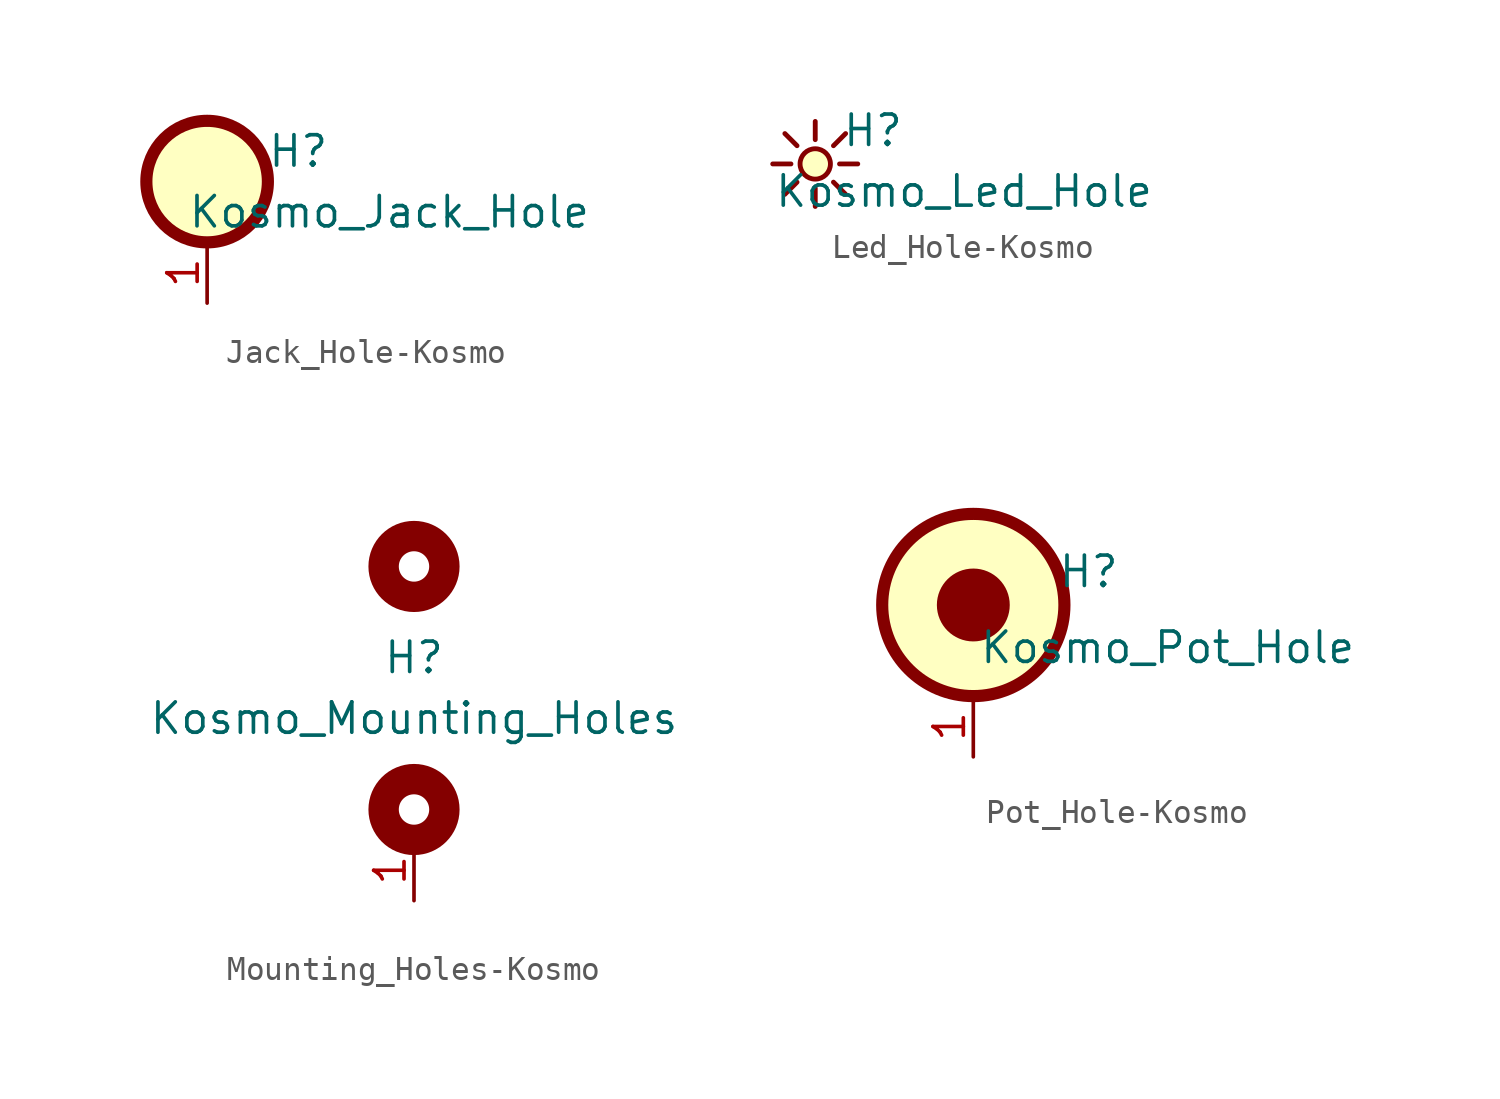
<source format=kicad_sym>
(kicad_symbol_lib
  (version 20220914)
  (generator kicad_symbol_editor)
  (symbol "Jack_Hole-Kosmo"
    (pin_names
      (offset 1.016))
    (property "Reference" "H"
      (at 3.81 1.27 0)
      (effects (font (size 1.27 1.27))))
    (property "Value" "Kosmo_Jack_Hole"
      (at 7.62 -1.27 0)
      (effects (font (size 1.27 1.27))))
    (symbol "Jack_Hole-Kosmo_1_1"
      (circle (center 0 0) (radius 2.54) (stroke (width 0.508) (type solid)) (fill (type background)))
      (pin passive line (at 0 -5.08 90) (length 2.54) (name "~" (effects (font (size 1.27 1.27)))) (number "1" (effects (font (size 1.27 1.27)))))))
  (symbol "Led_Hole-Kosmo"
    (pin_names
      (offset 1.016))
    (property "Reference" "H"
      (at 2.413 1.397 0)
      (effects (font (size 1.27 1.27))))
    (property "Value" "Kosmo_Led_Hole"
      (at 6.223 -1.143 0)
      (effects (font (size 1.27 1.27))))
    (symbol "Led_Hole-Kosmo_1_1"
      (polyline (pts (xy -1.016 0) (xy -1.778 0)) (stroke (width 0.203) (type solid)) (fill (type none)))
      (polyline (pts (xy -0.762 -0.762) (xy -1.27 -1.27)) (stroke (width 0.203) (type solid)) (fill (type none)))
      (polyline (pts (xy -0.762 0.762) (xy -1.27 1.27)) (stroke (width 0.203) (type solid)) (fill (type none)))
      (polyline (pts (xy 0 -1.778) (xy 0 -1.016)) (stroke (width 0.203) (type solid)) (fill (type none)))
      (polyline (pts (xy 0 1.016) (xy 0 1.778)) (stroke (width 0.203) (type solid)) (fill (type none)))
      (polyline (pts (xy 1.27 -1.27) (xy 0.762 -0.762)) (stroke (width 0.203) (type solid)) (fill (type none)))
      (polyline (pts (xy 1.27 1.27) (xy 0.762 0.762)) (stroke (width 0.203) (type solid)) (fill (type none)))
      (polyline (pts (xy 1.778 0) (xy 1.016 0)) (stroke (width 0.203) (type solid)) (fill (type none)))
      (circle (center 0 0) (radius 0.635) (stroke (width 0.203) (type solid)) (fill (type background)))))
  (symbol "Mounting_Holes-Kosmo"
    (pin_names
      (offset 1.016))
    (property "Reference" "H"
      (at 0 1.27 0)
      (effects (font (size 1.27 1.27))))
    (property "Value" "Kosmo_Mounting_Holes"
      (at 0 -1.27 0)
      (effects (font (size 1.27 1.27))))
    (symbol "Mounting_Holes-Kosmo_1_1"
      (circle (center 0 -5.08) (radius 1.27) (stroke (width 1.27) (type solid)) (fill (type none)))
      (circle (center 0 5.08) (radius 1.27) (stroke (width 1.27) (type solid)) (fill (type none)))
      (pin passive line (at 0 -8.89 90) (length 2.54) (name "~" (effects (font (size 1.27 1.27)))) (number "1" (effects (font (size 1.27 1.27)))))))
  (symbol "Pot_Hole-Kosmo"
    (pin_names
      (offset 1.016))
    (property "Reference" "H"
      (at 4.826 1.397 0)
      (effects (font (size 1.27 1.27))))
    (property "Value" "Kosmo_Pot_Hole"
      (at 8.128 -1.778 0)
      (effects (font (size 1.27 1.27))))
    (symbol "Pot_Hole-Kosmo_0_1"
      (circle (center 0 0) (radius 1.27) (stroke (width 0.508) (type solid)) (fill (type outline)))
      (circle (center 0 0) (radius 3.81) (stroke (width 0.508) (type solid)) (fill (type background))))
    (symbol "Pot_Hole-Kosmo_1_1"
      (pin passive line (at 0 -6.35 90) (length 2.54) (name "~" (effects (font (size 1.27 1.27)))) (number "1" (effects (font (size 1.27 1.27))))))))
</source>
